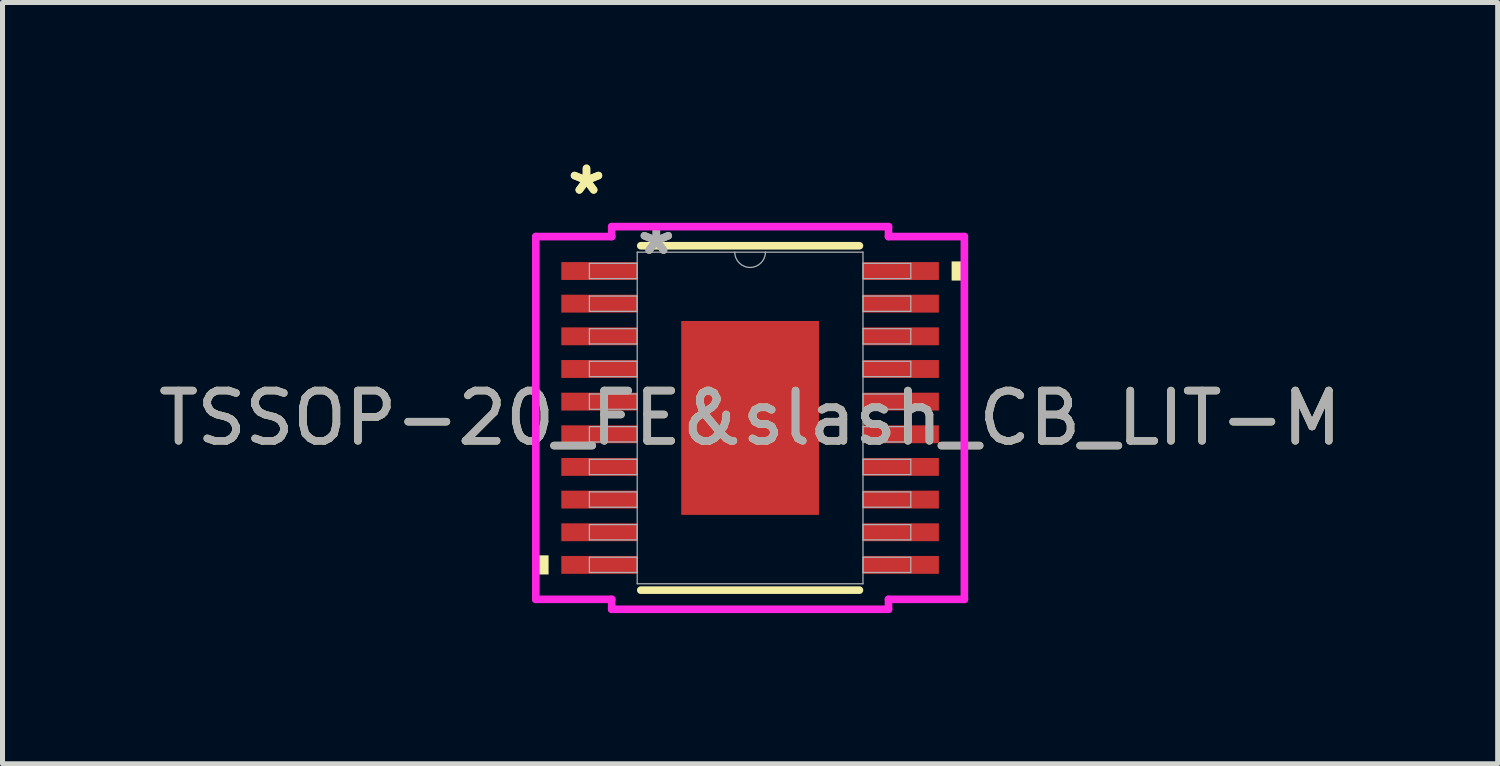
<source format=kicad_pcb>
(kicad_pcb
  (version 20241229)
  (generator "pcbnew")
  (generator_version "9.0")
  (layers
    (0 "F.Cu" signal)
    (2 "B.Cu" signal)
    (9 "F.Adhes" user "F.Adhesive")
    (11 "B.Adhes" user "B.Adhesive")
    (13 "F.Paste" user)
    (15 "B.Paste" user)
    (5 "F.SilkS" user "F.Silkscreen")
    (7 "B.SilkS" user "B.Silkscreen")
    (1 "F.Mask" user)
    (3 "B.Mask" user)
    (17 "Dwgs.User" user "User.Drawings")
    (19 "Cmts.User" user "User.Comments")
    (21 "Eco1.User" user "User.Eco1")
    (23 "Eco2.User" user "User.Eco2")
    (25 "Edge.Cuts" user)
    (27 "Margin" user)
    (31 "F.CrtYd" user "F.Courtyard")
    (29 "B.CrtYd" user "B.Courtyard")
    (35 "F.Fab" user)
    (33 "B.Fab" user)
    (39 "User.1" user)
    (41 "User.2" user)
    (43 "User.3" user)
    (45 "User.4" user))
  (footprint "TSSOP-20_FE&slash_CB_LIT-M"
    (layer "F.Cu")
    (at 11.887 5.273)
    (property "Reference" "TSSOP-20_FE&slash_CB_LIT-M" (at 0 0 0) (unlocked yes) (layer "F.SilkS") (effects (font (size 1 1) (thickness 0.15))))
    (attr smd)
    (fp_line (start -2.177 3.429) (end 2.177 3.429) (stroke (width 0.152) (type solid)) (layer "F.SilkS"))
    (fp_line (start 2.177 -3.429) (end -2.177 -3.429) (stroke (width 0.152) (type solid)) (layer "F.SilkS"))
    (fp_poly (pts (xy -4.267 2.736) (xy -4.267 3.117) (xy -4.013 3.117) (xy -4.013 2.736)) (stroke (width 0) (type solid)) (fill yes) (layer "F.SilkS"))
    (fp_poly (pts (xy 4.267 -3.117) (xy 4.267 -2.736) (xy 4.013 -2.736) (xy 4.013 -3.117)) (stroke (width 0) (type solid)) (fill yes) (layer "F.SilkS"))
    (fp_poly (pts (xy -1.272 -1.83) (xy -1.272 -0.743) (xy -0.1 -0.743) (xy -0.1 -1.83)) (stroke (width 0) (type solid)) (fill yes) (layer "F.Paste"))
    (fp_poly (pts (xy -1.272 -0.543) (xy -1.272 0.543) (xy -0.1 0.543) (xy -0.1 -0.543)) (stroke (width 0) (type solid)) (fill yes) (layer "F.Paste"))
    (fp_poly (pts (xy -1.272 0.743) (xy -1.272 1.83) (xy -0.1 1.83) (xy -0.1 0.743)) (stroke (width 0) (type solid)) (fill yes) (layer "F.Paste"))
    (fp_poly (pts (xy 0.1 -1.83) (xy 0.1 -0.743) (xy 1.272 -0.743) (xy 1.272 -1.83)) (stroke (width 0) (type solid)) (fill yes) (layer "F.Paste"))
    (fp_poly (pts (xy 0.1 -0.543) (xy 0.1 0.543) (xy 1.272 0.543) (xy 1.272 -0.543)) (stroke (width 0) (type solid)) (fill yes) (layer "F.Paste"))
    (fp_poly (pts (xy 0.1 0.743) (xy 0.1 1.83) (xy 1.272 1.83) (xy 1.272 0.743)) (stroke (width 0) (type solid)) (fill yes) (layer "F.Paste"))
    (fp_line (start -4.267 -3.612) (end -2.756 -3.612) (stroke (width 0.152) (type solid)) (layer "F.CrtYd"))
    (fp_line (start -4.267 3.612) (end -4.267 -3.612) (stroke (width 0.152) (type solid)) (layer "F.CrtYd"))
    (fp_line (start -4.267 3.612) (end -2.756 3.612) (stroke (width 0.152) (type solid)) (layer "F.CrtYd"))
    (fp_line (start -2.756 -3.81) (end 2.756 -3.81) (stroke (width 0.152) (type solid)) (layer "F.CrtYd"))
    (fp_line (start -2.756 -3.612) (end -2.756 -3.81) (stroke (width 0.152) (type solid)) (layer "F.CrtYd"))
    (fp_line (start -2.756 3.81) (end -2.756 3.612) (stroke (width 0.152) (type solid)) (layer "F.CrtYd"))
    (fp_line (start 2.756 -3.81) (end 2.756 -3.612) (stroke (width 0.152) (type solid)) (layer "F.CrtYd"))
    (fp_line (start 2.756 3.612) (end 2.756 3.81) (stroke (width 0.152) (type solid)) (layer "F.CrtYd"))
    (fp_line (start 2.756 3.81) (end -2.756 3.81) (stroke (width 0.152) (type solid)) (layer "F.CrtYd"))
    (fp_line (start 4.267 -3.612) (end 2.756 -3.612) (stroke (width 0.152) (type solid)) (layer "F.CrtYd"))
    (fp_line (start 4.267 -3.612) (end 4.267 3.612) (stroke (width 0.152) (type solid)) (layer "F.CrtYd"))
    (fp_line (start 4.267 3.612) (end 2.756 3.612) (stroke (width 0.152) (type solid)) (layer "F.CrtYd"))
    (fp_line (start -3.2 -3.078) (end -3.2 -2.774) (stroke (width 0.025) (type solid)) (layer "F.Fab"))
    (fp_line (start -3.2 -2.774) (end -2.248 -2.774) (stroke (width 0.025) (type solid)) (layer "F.Fab"))
    (fp_line (start -3.2 -2.428) (end -3.2 -2.123) (stroke (width 0.025) (type solid)) (layer "F.Fab"))
    (fp_line (start -3.2 -2.123) (end -2.248 -2.123) (stroke (width 0.025) (type solid)) (layer "F.Fab"))
    (fp_line (start -3.2 -1.778) (end -3.2 -1.473) (stroke (width 0.025) (type solid)) (layer "F.Fab"))
    (fp_line (start -3.2 -1.473) (end -2.248 -1.473) (stroke (width 0.025) (type solid)) (layer "F.Fab"))
    (fp_line (start -3.2 -1.128) (end -3.2 -0.823) (stroke (width 0.025) (type solid)) (layer "F.Fab"))
    (fp_line (start -3.2 -0.823) (end -2.248 -0.823) (stroke (width 0.025) (type solid)) (layer "F.Fab"))
    (fp_line (start -3.2 -0.478) (end -3.2 -0.173) (stroke (width 0.025) (type solid)) (layer "F.Fab"))
    (fp_line (start -3.2 -0.173) (end -2.248 -0.173) (stroke (width 0.025) (type solid)) (layer "F.Fab"))
    (fp_line (start -3.2 0.173) (end -3.2 0.478) (stroke (width 0.025) (type solid)) (layer "F.Fab"))
    (fp_line (start -3.2 0.478) (end -2.248 0.478) (stroke (width 0.025) (type solid)) (layer "F.Fab"))
    (fp_line (start -3.2 0.823) (end -3.2 1.128) (stroke (width 0.025) (type solid)) (layer "F.Fab"))
    (fp_line (start -3.2 1.128) (end -2.248 1.128) (stroke (width 0.025) (type solid)) (layer "F.Fab"))
    (fp_line (start -3.2 1.473) (end -3.2 1.778) (stroke (width 0.025) (type solid)) (layer "F.Fab"))
    (fp_line (start -3.2 1.778) (end -2.248 1.778) (stroke (width 0.025) (type solid)) (layer "F.Fab"))
    (fp_line (start -3.2 2.123) (end -3.2 2.428) (stroke (width 0.025) (type solid)) (layer "F.Fab"))
    (fp_line (start -3.2 2.428) (end -2.248 2.428) (stroke (width 0.025) (type solid)) (layer "F.Fab"))
    (fp_line (start -3.2 2.774) (end -3.2 3.078) (stroke (width 0.025) (type solid)) (layer "F.Fab"))
    (fp_line (start -3.2 3.078) (end -2.248 3.078) (stroke (width 0.025) (type solid)) (layer "F.Fab"))
    (fp_line (start -2.248 -3.302) (end -2.248 3.302) (stroke (width 0.025) (type solid)) (layer "F.Fab"))
    (fp_line (start -2.248 -3.078) (end -3.2 -3.078) (stroke (width 0.025) (type solid)) (layer "F.Fab"))
    (fp_line (start -2.248 -2.774) (end -2.248 -3.078) (stroke (width 0.025) (type solid)) (layer "F.Fab"))
    (fp_line (start -2.248 -2.428) (end -3.2 -2.428) (stroke (width 0.025) (type solid)) (layer "F.Fab"))
    (fp_line (start -2.248 -2.123) (end -2.248 -2.428) (stroke (width 0.025) (type solid)) (layer "F.Fab"))
    (fp_line (start -2.248 -1.778) (end -3.2 -1.778) (stroke (width 0.025) (type solid)) (layer "F.Fab"))
    (fp_line (start -2.248 -1.473) (end -2.248 -1.778) (stroke (width 0.025) (type solid)) (layer "F.Fab"))
    (fp_line (start -2.248 -1.128) (end -3.2 -1.128) (stroke (width 0.025) (type solid)) (layer "F.Fab"))
    (fp_line (start -2.248 -0.823) (end -2.248 -1.128) (stroke (width 0.025) (type solid)) (layer "F.Fab"))
    (fp_line (start -2.248 -0.478) (end -3.2 -0.478) (stroke (width 0.025) (type solid)) (layer "F.Fab"))
    (fp_line (start -2.248 -0.173) (end -2.248 -0.478) (stroke (width 0.025) (type solid)) (layer "F.Fab"))
    (fp_line (start -2.248 0.173) (end -3.2 0.173) (stroke (width 0.025) (type solid)) (layer "F.Fab"))
    (fp_line (start -2.248 0.478) (end -2.248 0.173) (stroke (width 0.025) (type solid)) (layer "F.Fab"))
    (fp_line (start -2.248 0.823) (end -3.2 0.823) (stroke (width 0.025) (type solid)) (layer "F.Fab"))
    (fp_line (start -2.248 1.128) (end -2.248 0.823) (stroke (width 0.025) (type solid)) (layer "F.Fab"))
    (fp_line (start -2.248 1.473) (end -3.2 1.473) (stroke (width 0.025) (type solid)) (layer "F.Fab"))
    (fp_line (start -2.248 1.778) (end -2.248 1.473) (stroke (width 0.025) (type solid)) (layer "F.Fab"))
    (fp_line (start -2.248 2.123) (end -3.2 2.123) (stroke (width 0.025) (type solid)) (layer "F.Fab"))
    (fp_line (start -2.248 2.428) (end -2.248 2.123) (stroke (width 0.025) (type solid)) (layer "F.Fab"))
    (fp_line (start -2.248 2.774) (end -3.2 2.774) (stroke (width 0.025) (type solid)) (layer "F.Fab"))
    (fp_line (start -2.248 3.078) (end -2.248 2.774) (stroke (width 0.025) (type solid)) (layer "F.Fab"))
    (fp_line (start -2.248 3.302) (end 2.248 3.302) (stroke (width 0.025) (type solid)) (layer "F.Fab"))
    (fp_line (start 2.248 -3.302) (end -2.248 -3.302) (stroke (width 0.025) (type solid)) (layer "F.Fab"))
    (fp_line (start 2.248 -3.078) (end 2.248 -2.774) (stroke (width 0.025) (type solid)) (layer "F.Fab"))
    (fp_line (start 2.248 -2.774) (end 3.2 -2.774) (stroke (width 0.025) (type solid)) (layer "F.Fab"))
    (fp_line (start 2.248 -2.428) (end 2.248 -2.123) (stroke (width 0.025) (type solid)) (layer "F.Fab"))
    (fp_line (start 2.248 -2.123) (end 3.2 -2.123) (stroke (width 0.025) (type solid)) (layer "F.Fab"))
    (fp_line (start 2.248 -1.778) (end 2.248 -1.473) (stroke (width 0.025) (type solid)) (layer "F.Fab"))
    (fp_line (start 2.248 -1.473) (end 3.2 -1.473) (stroke (width 0.025) (type solid)) (layer "F.Fab"))
    (fp_line (start 2.248 -1.128) (end 2.248 -0.823) (stroke (width 0.025) (type solid)) (layer "F.Fab"))
    (fp_line (start 2.248 -0.823) (end 3.2 -0.823) (stroke (width 0.025) (type solid)) (layer "F.Fab"))
    (fp_line (start 2.248 -0.478) (end 2.248 -0.173) (stroke (width 0.025) (type solid)) (layer "F.Fab"))
    (fp_line (start 2.248 -0.173) (end 3.2 -0.173) (stroke (width 0.025) (type solid)) (layer "F.Fab"))
    (fp_line (start 2.248 0.173) (end 2.248 0.478) (stroke (width 0.025) (type solid)) (layer "F.Fab"))
    (fp_line (start 2.248 0.478) (end 3.2 0.478) (stroke (width 0.025) (type solid)) (layer "F.Fab"))
    (fp_line (start 2.248 0.823) (end 2.248 1.128) (stroke (width 0.025) (type solid)) (layer "F.Fab"))
    (fp_line (start 2.248 1.128) (end 3.2 1.128) (stroke (width 0.025) (type solid)) (layer "F.Fab"))
    (fp_line (start 2.248 1.473) (end 2.248 1.778) (stroke (width 0.025) (type solid)) (layer "F.Fab"))
    (fp_line (start 2.248 1.778) (end 3.2 1.778) (stroke (width 0.025) (type solid)) (layer "F.Fab"))
    (fp_line (start 2.248 2.123) (end 2.248 2.428) (stroke (width 0.025) (type solid)) (layer "F.Fab"))
    (fp_line (start 2.248 2.428) (end 3.2 2.428) (stroke (width 0.025) (type solid)) (layer "F.Fab"))
    (fp_line (start 2.248 2.774) (end 2.248 3.078) (stroke (width 0.025) (type solid)) (layer "F.Fab"))
    (fp_line (start 2.248 3.078) (end 3.2 3.078) (stroke (width 0.025) (type solid)) (layer "F.Fab"))
    (fp_line (start 2.248 3.302) (end 2.248 -3.302) (stroke (width 0.025) (type solid)) (layer "F.Fab"))
    (fp_line (start 3.2 -3.078) (end 2.248 -3.078) (stroke (width 0.025) (type solid)) (layer "F.Fab"))
    (fp_line (start 3.2 -2.774) (end 3.2 -3.078) (stroke (width 0.025) (type solid)) (layer "F.Fab"))
    (fp_line (start 3.2 -2.428) (end 2.248 -2.428) (stroke (width 0.025) (type solid)) (layer "F.Fab"))
    (fp_line (start 3.2 -2.123) (end 3.2 -2.428) (stroke (width 0.025) (type solid)) (layer "F.Fab"))
    (fp_line (start 3.2 -1.778) (end 2.248 -1.778) (stroke (width 0.025) (type solid)) (layer "F.Fab"))
    (fp_line (start 3.2 -1.473) (end 3.2 -1.778) (stroke (width 0.025) (type solid)) (layer "F.Fab"))
    (fp_line (start 3.2 -1.128) (end 2.248 -1.128) (stroke (width 0.025) (type solid)) (layer "F.Fab"))
    (fp_line (start 3.2 -0.823) (end 3.2 -1.128) (stroke (width 0.025) (type solid)) (layer "F.Fab"))
    (fp_line (start 3.2 -0.478) (end 2.248 -0.478) (stroke (width 0.025) (type solid)) (layer "F.Fab"))
    (fp_line (start 3.2 -0.173) (end 3.2 -0.478) (stroke (width 0.025) (type solid)) (layer "F.Fab"))
    (fp_line (start 3.2 0.173) (end 2.248 0.173) (stroke (width 0.025) (type solid)) (layer "F.Fab"))
    (fp_line (start 3.2 0.478) (end 3.2 0.173) (stroke (width 0.025) (type solid)) (layer "F.Fab"))
    (fp_line (start 3.2 0.823) (end 2.248 0.823) (stroke (width 0.025) (type solid)) (layer "F.Fab"))
    (fp_line (start 3.2 1.128) (end 3.2 0.823) (stroke (width 0.025) (type solid)) (layer "F.Fab"))
    (fp_line (start 3.2 1.473) (end 2.248 1.473) (stroke (width 0.025) (type solid)) (layer "F.Fab"))
    (fp_line (start 3.2 1.778) (end 3.2 1.473) (stroke (width 0.025) (type solid)) (layer "F.Fab"))
    (fp_line (start 3.2 2.123) (end 2.248 2.123) (stroke (width 0.025) (type solid)) (layer "F.Fab"))
    (fp_line (start 3.2 2.428) (end 3.2 2.123) (stroke (width 0.025) (type solid)) (layer "F.Fab"))
    (fp_line (start 3.2 2.774) (end 2.248 2.774) (stroke (width 0.025) (type solid)) (layer "F.Fab"))
    (fp_line (start 3.2 3.078) (end 3.2 2.774) (stroke (width 0.025) (type solid)) (layer "F.Fab"))
    (fp_arc (start 0.3048 -3.302) (mid 0 -2.9972) (end -0.3048 -3.302) (stroke (width 0.0254) (type solid)) (layer "F.Fab"))
    (fp_text user "*" (at -3.258 -4.425 0) (layer "F.SilkS") (effects (font (size 1 1) (thickness 0.15))))
    (fp_text user "*" (at -3.258 -4.425 0) (unlocked yes) (layer "F.SilkS") (effects (font (size 1 1) (thickness 0.15))))
    (fp_text user "*" (at -1.867 -3.226 0) (unlocked yes) (layer "F.Fab") (effects (font (size 1 1) (thickness 0.15))))
    (fp_text user "*" (at -1.867 -3.226 0) (layer "F.Fab") (effects (font (size 1 1) (thickness 0.15))))
    (fp_text user "${REFERENCE}" (at 0 0 0) (unlocked yes) (layer "F.Fab") (effects (font (size 1 1) (thickness 0.15))))
    (pad "1" smd rect (at -3.004 -2.926) (size 1.511 0.356) (layers "F.Cu" "F.Mask" "F.Paste"))
    (pad "2" smd rect (at -3.004 -2.276) (size 1.511 0.356) (layers "F.Cu" "F.Mask" "F.Paste"))
    (pad "3" smd rect (at -3.004 -1.626) (size 1.511 0.356) (layers "F.Cu" "F.Mask" "F.Paste"))
    (pad "4" smd rect (at -3.004 -0.975) (size 1.511 0.356) (layers "F.Cu" "F.Mask" "F.Paste"))
    (pad "5" smd rect (at -3.004 -0.325) (size 1.511 0.356) (layers "F.Cu" "F.Mask" "F.Paste"))
    (pad "6" smd rect (at -3.004 0.325) (size 1.511 0.356) (layers "F.Cu" "F.Mask" "F.Paste"))
    (pad "7" smd rect (at -3.004 0.975) (size 1.511 0.356) (layers "F.Cu" "F.Mask" "F.Paste"))
    (pad "8" smd rect (at -3.004 1.626) (size 1.511 0.356) (layers "F.Cu" "F.Mask" "F.Paste"))
    (pad "9" smd rect (at -3.004 2.276) (size 1.511 0.356) (layers "F.Cu" "F.Mask" "F.Paste"))
    (pad "10" smd rect (at -3.004 2.926) (size 1.511 0.356) (layers "F.Cu" "F.Mask" "F.Paste"))
    (pad "11" smd rect (at 3.004 2.926) (size 1.511 0.356) (layers "F.Cu" "F.Mask" "F.Paste"))
    (pad "12" smd rect (at 3.004 2.276) (size 1.511 0.356) (layers "F.Cu" "F.Mask" "F.Paste"))
    (pad "13" smd rect (at 3.004 1.626) (size 1.511 0.356) (layers "F.Cu" "F.Mask" "F.Paste"))
    (pad "14" smd rect (at 3.004 0.975) (size 1.511 0.356) (layers "F.Cu" "F.Mask" "F.Paste"))
    (pad "15" smd rect (at 3.004 0.325) (size 1.511 0.356) (layers "F.Cu" "F.Mask" "F.Paste"))
    (pad "16" smd rect (at 3.004 -0.325) (size 1.511 0.356) (layers "F.Cu" "F.Mask" "F.Paste"))
    (pad "17" smd rect (at 3.004 -0.975) (size 1.511 0.356) (layers "F.Cu" "F.Mask" "F.Paste"))
    (pad "18" smd rect (at 3.004 -1.626) (size 1.511 0.356) (layers "F.Cu" "F.Mask" "F.Paste"))
    (pad "19" smd rect (at 3.004 -2.276) (size 1.511 0.356) (layers "F.Cu" "F.Mask" "F.Paste"))
    (pad "20" smd rect (at 3.004 -2.926) (size 1.511 0.356) (layers "F.Cu" "F.Mask" "F.Paste"))
    (pad "EPAD" smd rect (at 0 0) (size 2.743 3.861) (layers "F.Cu" "F.Mask")))
  (gr_rect
    (start -3 -3)
    (end 26.774 12.159)
    (stroke (width 0.1) (type default))
    (fill no)
    (layer "Edge.Cuts")))
</source>
